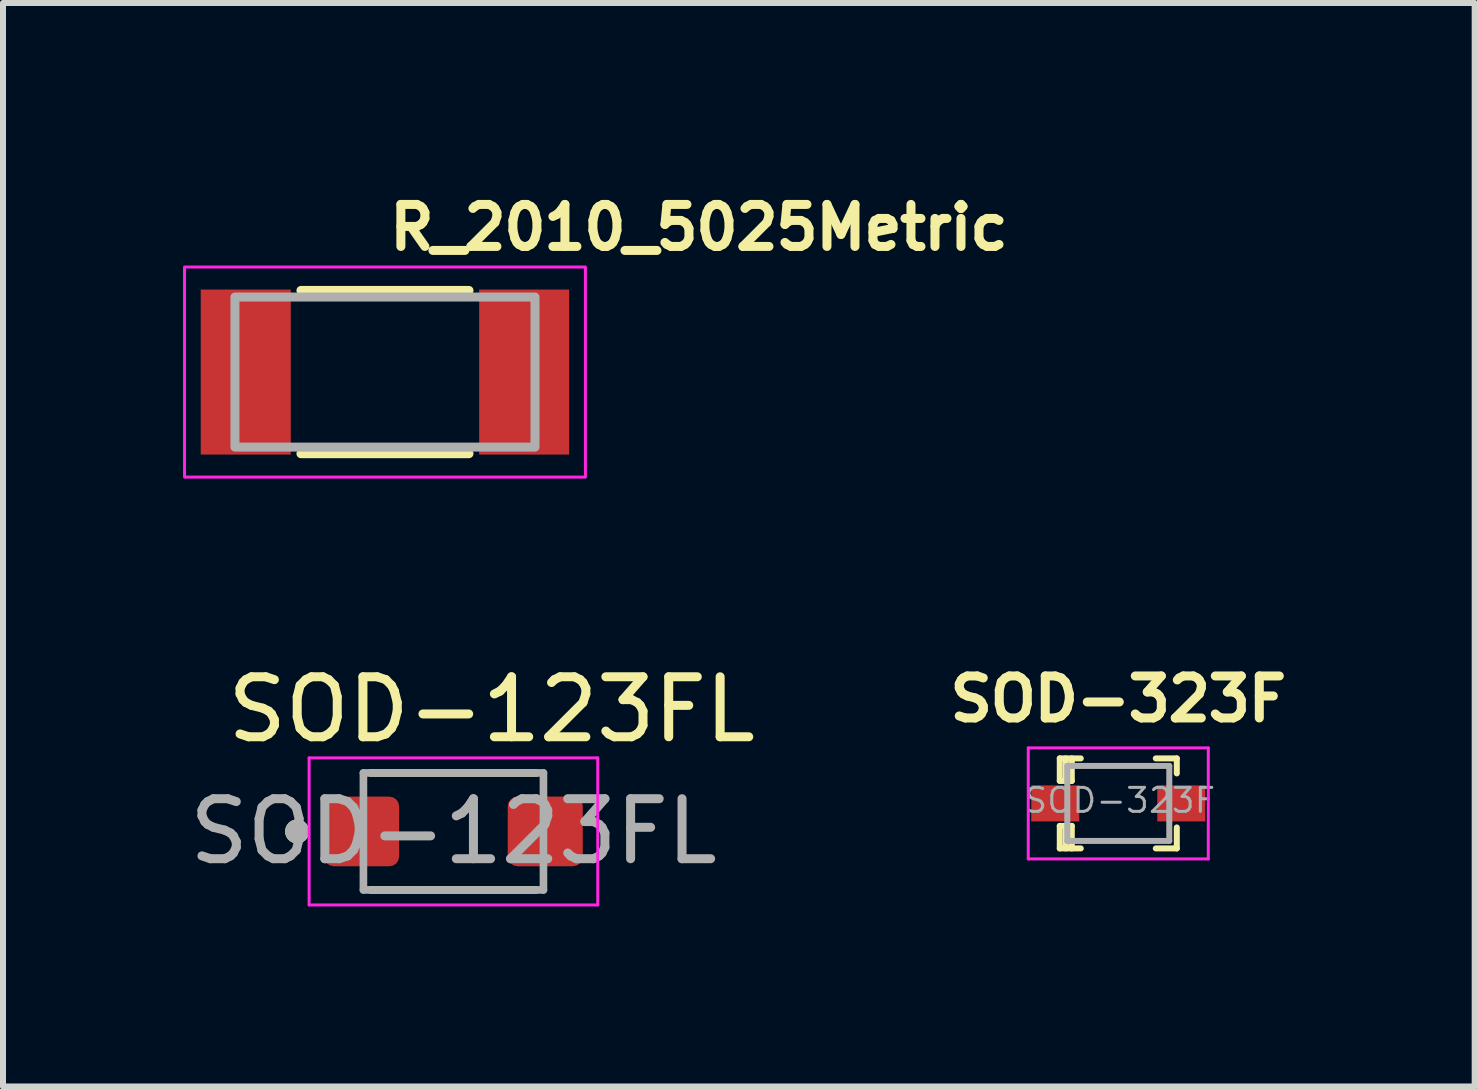
<source format=kicad_pcb>
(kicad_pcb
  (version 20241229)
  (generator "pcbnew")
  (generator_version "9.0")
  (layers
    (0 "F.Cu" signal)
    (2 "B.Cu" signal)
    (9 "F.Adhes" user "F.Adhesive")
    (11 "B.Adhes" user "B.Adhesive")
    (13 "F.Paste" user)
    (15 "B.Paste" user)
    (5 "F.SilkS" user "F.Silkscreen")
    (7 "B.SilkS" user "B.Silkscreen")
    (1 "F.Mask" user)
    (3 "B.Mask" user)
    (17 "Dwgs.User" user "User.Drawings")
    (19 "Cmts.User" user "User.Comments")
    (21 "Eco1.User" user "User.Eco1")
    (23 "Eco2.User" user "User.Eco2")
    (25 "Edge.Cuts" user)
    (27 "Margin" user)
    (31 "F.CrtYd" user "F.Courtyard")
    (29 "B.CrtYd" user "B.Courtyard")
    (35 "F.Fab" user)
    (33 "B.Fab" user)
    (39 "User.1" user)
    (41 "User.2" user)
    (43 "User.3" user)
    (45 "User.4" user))
  (footprint "SOD-123FL"
    (layer "F.Cu")
    (at 4.506 10.805)
    (property "Reference" "SOD-123FL" (at 0.635 -2.032 0) (layer "F.SilkS") (effects (font (size 1 1) (thickness 0.15))))
    (attr smd)
    (fp_line (start -1.38 -0.975) (end 1.38 -0.975) (stroke (width 0.127) (type solid)) (layer "F.SilkS"))
    (fp_line (start -1.38 0.975) (end 1.38 0.975) (stroke (width 0.127) (type solid)) (layer "F.SilkS"))
    (fp_circle (center -2.605 0) (end -2.505 0) (stroke (width 0.2) (type solid)) (fill no) (layer "F.SilkS"))
    (fp_line (start -2.405 -1.225) (end -2.405 1.225) (stroke (width 0.05) (type solid)) (layer "F.CrtYd"))
    (fp_line (start -2.405 -1.225) (end 2.405 -1.225) (stroke (width 0.05) (type solid)) (layer "F.CrtYd"))
    (fp_line (start 2.405 1.225) (end -2.405 1.225) (stroke (width 0.05) (type solid)) (layer "F.CrtYd"))
    (fp_line (start 2.405 1.225) (end 2.405 -1.225) (stroke (width 0.05) (type solid)) (layer "F.CrtYd"))
    (fp_line (start -1.5 -0.975) (end -1.5 0.975) (stroke (width 0.127) (type solid)) (layer "F.Fab"))
    (fp_line (start -1.5 -0.975) (end -0.6 -0.975) (stroke (width 0.127) (type solid)) (layer "F.Fab"))
    (fp_line (start -0.6 -0.975) (end 1.5 -0.975) (stroke (width 0.127) (type solid)) (layer "F.Fab"))
    (fp_line (start -0.6 0.975) (end -1.5 0.975) (stroke (width 0.127) (type solid)) (layer "F.Fab"))
    (fp_line (start 1.5 0.975) (end -0.6 0.975) (stroke (width 0.127) (type solid)) (layer "F.Fab"))
    (fp_line (start 1.5 0.975) (end 1.5 -0.975) (stroke (width 0.127) (type solid)) (layer "F.Fab"))
    (fp_circle (center -2.605 0) (end -2.505 0) (stroke (width 0.2) (type solid)) (fill no) (layer "F.Fab"))
    (fp_text user "${REFERENCE}" (at 0 0 0) (layer "F.Fab") (effects (font (size 1 1) (thickness 0.15))))
    (pad "1" smd roundrect (at -1.53 0) (size 1.25 1.16) (layers "F.Cu" "F.Mask" "F.Paste") (roundrect_rratio 0.14))
    (pad "2" smd roundrect (at 1.53 0) (size 1.25 1.16) (layers "F.Cu" "F.Mask" "F.Paste") (roundrect_rratio 0.14)))
  (footprint "R_2010_5025Metric"
    (layer "F.Cu")
    (at 3.365 3.15)
    (property "Reference" "R_2010_5025Metric" (at 0 -2 0) (layer "F.SilkS") (effects (font (size 0.7 0.7) (thickness 0.15)) (justify left bottom)))
    (attr smd)
    (fp_line (start -1.4 -1.36) (end 1.4 -1.36) (stroke (width 0.15) (type solid)) (layer "F.SilkS"))
    (fp_line (start -1.4 1.36) (end 1.4 1.36) (stroke (width 0.15) (type solid)) (layer "F.SilkS"))
    (fp_rect (start -3.34 -1.75) (end 3.34 1.75) (stroke (width 0.05) (type solid)) (fill no) (layer "F.CrtYd"))
    (fp_rect (start -2.5 -1.25) (end 2.5 1.25) (stroke (width 0.15) (type solid)) (fill no) (layer "F.Fab"))
    (fp_rect (start -2.5 -1.25) (end 2.5 1.25) (stroke (width 0.1) (type solid)) (fill no) (layer "User.5"))
    (fp_line (start -2.5 -1.25) (end -2.44 -1.25) (stroke (width 0.02) (type solid)) (layer "User.9"))
    (fp_line (start -2.5 1.249) (end -2.5 -1.25) (stroke (width 0.02) (type solid)) (layer "User.9"))
    (fp_line (start -2.5 1.249) (end -2.5 -1.25) (stroke (width 0.02) (type solid)) (layer "User.9"))
    (fp_line (start -2.5 1.249) (end -2.44 1.249) (stroke (width 0.02) (type solid)) (layer "User.9"))
    (fp_line (start -2.44 -1.25) (end -1.96 -1.25) (stroke (width 0.02) (type solid)) (layer "User.9"))
    (fp_line (start -2.44 1.249) (end -1.96 1.249) (stroke (width 0.02) (type solid)) (layer "User.9"))
    (fp_line (start -1.901 -1.25) (end -1.96 -1.25) (stroke (width 0.02) (type solid)) (layer "User.9"))
    (fp_line (start -1.901 -1.25) (end 1.898 -1.25) (stroke (width 0.02) (type solid)) (layer "User.9"))
    (fp_line (start -1.901 1.249) (end -1.96 1.249) (stroke (width 0.02) (type solid)) (layer "User.9"))
    (fp_line (start -1.901 1.249) (end -1.901 -1.25) (stroke (width 0.02) (type solid)) (layer "User.9"))
    (fp_line (start -1.901 1.249) (end 1.898 1.249) (stroke (width 0.02) (type solid)) (layer "User.9"))
    (fp_line (start 1.898 -1.25) (end 1.959 -1.25) (stroke (width 0.02) (type solid)) (layer "User.9"))
    (fp_line (start 1.898 1.249) (end 1.898 -1.25) (stroke (width 0.02) (type solid)) (layer "User.9"))
    (fp_line (start 1.898 1.249) (end 1.959 1.249) (stroke (width 0.02) (type solid)) (layer "User.9"))
    (fp_line (start 1.959 -1.25) (end 2.439 -1.25) (stroke (width 0.02) (type solid)) (layer "User.9"))
    (fp_line (start 1.959 1.249) (end 2.439 1.249) (stroke (width 0.02) (type solid)) (layer "User.9"))
    (fp_line (start 2.499 -1.25) (end 2.439 -1.25) (stroke (width 0.02) (type solid)) (layer "User.9"))
    (fp_line (start 2.499 1.249) (end 2.439 1.249) (stroke (width 0.02) (type solid)) (layer "User.9"))
    (fp_line (start 2.499 1.249) (end 2.499 -1.25) (stroke (width 0.02) (type solid)) (layer "User.9"))
    (fp_line (start 2.499 1.249) (end 2.499 -1.25) (stroke (width 0.02) (type solid)) (layer "User.9"))
    (pad "1" smd rect (at -2.32 0) (size 1.5 2.75) (layers "F.Cu" "F.Mask" "F.Paste"))
    (pad "2" smd rect (at 2.32 0) (size 1.5 2.75) (layers "F.Cu" "F.Mask" "F.Paste")))
  (footprint "SOD-323F"
    (layer "F.Cu")
    (at 15.585 10.338)
    (property "Reference" "SOD-323F" (at 0 -1.74 0) (layer "F.SilkS") (effects (font (size 0.7 0.7) (thickness 0.15))))
    (attr smd)
    (fp_line (start -0.975 -0.75) (end -0.975 -0.375) (stroke (width 0.1) (type solid)) (layer "F.SilkS"))
    (fp_line (start -0.975 -0.375) (end -0.775 -0.375) (stroke (width 0.1) (type solid)) (layer "F.SilkS"))
    (fp_line (start -0.975 0.375) (end -0.775 0.375) (stroke (width 0.1) (type solid)) (layer "F.SilkS"))
    (fp_line (start -0.975 0.75) (end -0.975 0.375) (stroke (width 0.1) (type solid)) (layer "F.SilkS"))
    (fp_line (start -0.875 -0.75) (end -0.875 -0.375) (stroke (width 0.1) (type solid)) (layer "F.SilkS"))
    (fp_line (start -0.875 0.75) (end -0.875 0.375) (stroke (width 0.1) (type solid)) (layer "F.SilkS"))
    (fp_line (start -0.775 -0.75) (end -0.775 -0.375) (stroke (width 0.1) (type solid)) (layer "F.SilkS"))
    (fp_line (start -0.775 0.75) (end -0.775 0.375) (stroke (width 0.1) (type solid)) (layer "F.SilkS"))
    (fp_line (start -0.625 -0.75) (end -0.975 -0.75) (stroke (width 0.1) (type solid)) (layer "F.SilkS"))
    (fp_line (start -0.625 0.75) (end -0.975 0.75) (stroke (width 0.1) (type solid)) (layer "F.SilkS"))
    (fp_line (start 0.625 -0.75) (end 0.975 -0.75) (stroke (width 0.1) (type solid)) (layer "F.SilkS"))
    (fp_line (start 0.975 -0.75) (end 0.975 -0.5) (stroke (width 0.1) (type solid)) (layer "F.SilkS"))
    (fp_line (start 0.975 0.4) (end 0.975 0.75) (stroke (width 0.1) (type solid)) (layer "F.SilkS"))
    (fp_line (start 0.975 0.75) (end 0.625 0.75) (stroke (width 0.1) (type solid)) (layer "F.SilkS"))
    (fp_line (start -1.5 -0.925) (end 1.5 -0.925) (stroke (width 0.05) (type solid)) (layer "F.CrtYd"))
    (fp_line (start -1.5 0.925) (end -1.5 -0.925) (stroke (width 0.05) (type solid)) (layer "F.CrtYd"))
    (fp_line (start 1.5 -0.925) (end 1.5 0.925) (stroke (width 0.05) (type solid)) (layer "F.CrtYd"))
    (fp_line (start 1.5 0.925) (end -1.5 0.925) (stroke (width 0.05) (type solid)) (layer "F.CrtYd"))
    (fp_line (start -0.85 -0.625) (end 0.85 -0.625) (stroke (width 0.1) (type solid)) (layer "F.Fab"))
    (fp_line (start -0.85 0.625) (end -0.85 -0.625) (stroke (width 0.1) (type solid)) (layer "F.Fab"))
    (fp_line (start -0.85 0.625) (end 0.85 0.625) (stroke (width 0.1) (type solid)) (layer "F.Fab"))
    (fp_line (start 0.85 -0.625) (end 0.85 0.625) (stroke (width 0.1) (type solid)) (layer "F.Fab"))
    (fp_text user "${REFERENCE}" (at 0.025 -0.05 0) (layer "F.Fab") (effects (font (size 0.4 0.4) (thickness 0.05))))
    (pad "A" smd rect (at 1.05 0) (size 0.8 0.6) (layers "F.Cu" "F.Mask" "F.Paste"))
    (pad "K" smd rect (at -1.05 0) (size 0.8 0.6) (layers "F.Cu" "F.Mask" "F.Paste")))
  (gr_rect
    (start -3 -3)
    (end 21.524 15.055)
    (stroke (width 0.1) (type default))
    (fill no)
    (layer "Edge.Cuts")))
</source>
